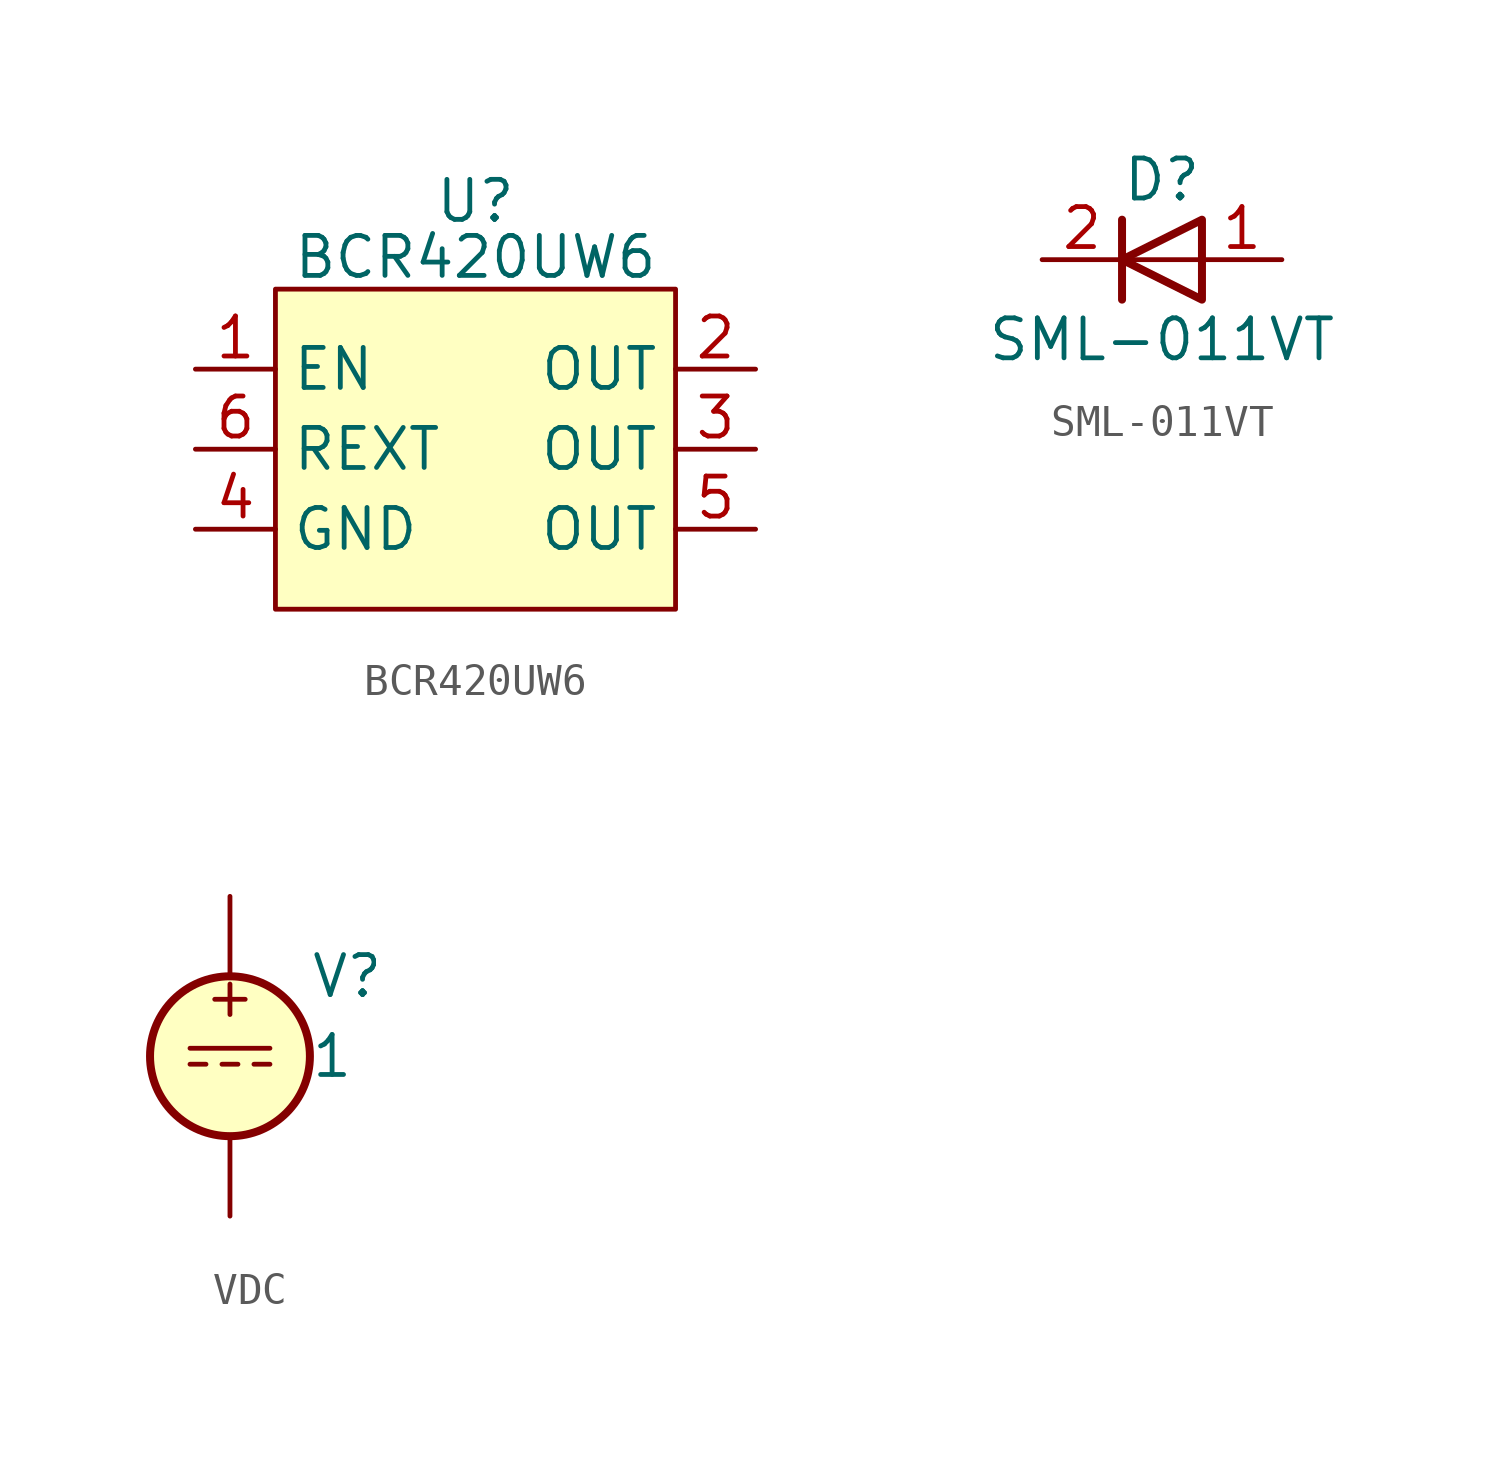
<source format=kicad_sym>
(kicad_symbol_lib
  (version 20241209)
  (generator "kicad_symbol_editor")
  (generator_version "9.0")
  (symbol "BCR420UW6"
    (property "Reference" "U"
      (at 0 7.874 0)
      (effects (font (size 1.27 1.27))))
    (property "Value" "BCR420UW6"
      (at 0 6.096 0)
      (effects (font (size 1.27 1.27))))
    (symbol "BCR420UW6_1_1"
      (rectangle (start -6.35 5.08) (end 6.35 -5.08) (stroke (width 0) (type solid)) (fill (type background)))
      (pin passive line (at -8.89 2.54 0) (length 2.54) (name "EN" (effects (font (size 1.27 1.27)))) (number "1" (effects (font (size 1.27 1.27)))))
      (pin passive line (at -8.89 0 0) (length 2.54) (name "REXT" (effects (font (size 1.27 1.27)))) (number "6" (effects (font (size 1.27 1.27)))))
      (pin passive line (at -8.89 -2.54 0) (length 2.54) (name "GND" (effects (font (size 1.27 1.27)))) (number "4" (effects (font (size 1.27 1.27)))))
      (pin passive line (at 8.89 2.54 180) (length 2.54) (name "OUT" (effects (font (size 1.27 1.27)))) (number "2" (effects (font (size 1.27 1.27)))))
      (pin passive line (at 8.89 0 180) (length 2.54) (name "OUT" (effects (font (size 1.27 1.27)))) (number "3" (effects (font (size 1.27 1.27)))))
      (pin passive line (at 8.89 -2.54 180) (length 2.54) (name "OUT" (effects (font (size 1.27 1.27)))) (number "5" (effects (font (size 1.27 1.27)))))))
  (symbol "SML-011VT"
    (pin_names
      (offset 1.016)
      (hide yes))
    (property "Reference" "D"
      (at 0 2.54 0)
      (effects (font (size 1.27 1.27))))
    (property "Value" "SML-011VT"
      (at 0 -2.54 0)
      (effects (font (size 1.27 1.27))))
    (symbol "SML-011VT_0_1"
      (polyline (pts (xy -1.27 1.27) (xy -1.27 -1.27)) (stroke (width 0.254) (type default)) (fill (type none)))
      (polyline (pts (xy 1.27 1.27) (xy 1.27 -1.27) (xy -1.27 0) (xy 1.27 1.27)) (stroke (width 0.254) (type default)) (fill (type none)))
      (polyline (pts (xy 1.27 0) (xy -1.27 0)) (stroke (width 0) (type default)) (fill (type none))))
    (symbol "SML-011VT_1_1"
      (pin passive line (at -3.81 0 0) (length 2.54) (name "K" (effects (font (size 1.27 1.27)))) (number "2" (effects (font (size 1.27 1.27)))))
      (pin passive line (at 3.81 0 180) (length 2.54) (name "A" (effects (font (size 1.27 1.27)))) (number "1" (effects (font (size 1.27 1.27)))))))
  (symbol "VDC"
    (pin_numbers
      (hide yes))
    (pin_names
      (offset 0.025))
    (property "Reference" "V"
      (at 2.54 2.54 0)
      (effects (font (size 1.27 1.27)) (justify left)))
    (property "Value" "1"
      (at 2.54 0 0)
      (effects (font (size 1.27 1.27)) (justify left)))
    (symbol "VDC_0_0"
      (polyline (pts (xy -1.27 0.254) (xy 1.27 0.254)) (stroke (width 0) (type default)) (fill (type none)))
      (polyline (pts (xy -0.762 -0.254) (xy -1.27 -0.254)) (stroke (width 0) (type default)) (fill (type none)))
      (polyline (pts (xy 0.254 -0.254) (xy -0.254 -0.254)) (stroke (width 0) (type default)) (fill (type none)))
      (polyline (pts (xy 1.27 -0.254) (xy 0.762 -0.254)) (stroke (width 0) (type default)) (fill (type none)))
      (text "+" (at 0 1.905 0) (effects (font (size 1.27 1.27)))))
    (symbol "VDC_0_1"
      (circle (center 0 0) (radius 2.54) (stroke (width 0.254) (type default)) (fill (type background))))
    (symbol "VDC_1_1"
      (pin passive line (at 0 5.08 270) (length 2.54) (name "~" (effects (font (size 1.27 1.27)))) (number "1" (effects (font (size 1.27 1.27)))))
      (pin passive line (at 0 -5.08 90) (length 2.54) (name "~" (effects (font (size 1.27 1.27)))) (number "2" (effects (font (size 1.27 1.27))))))))
</source>
